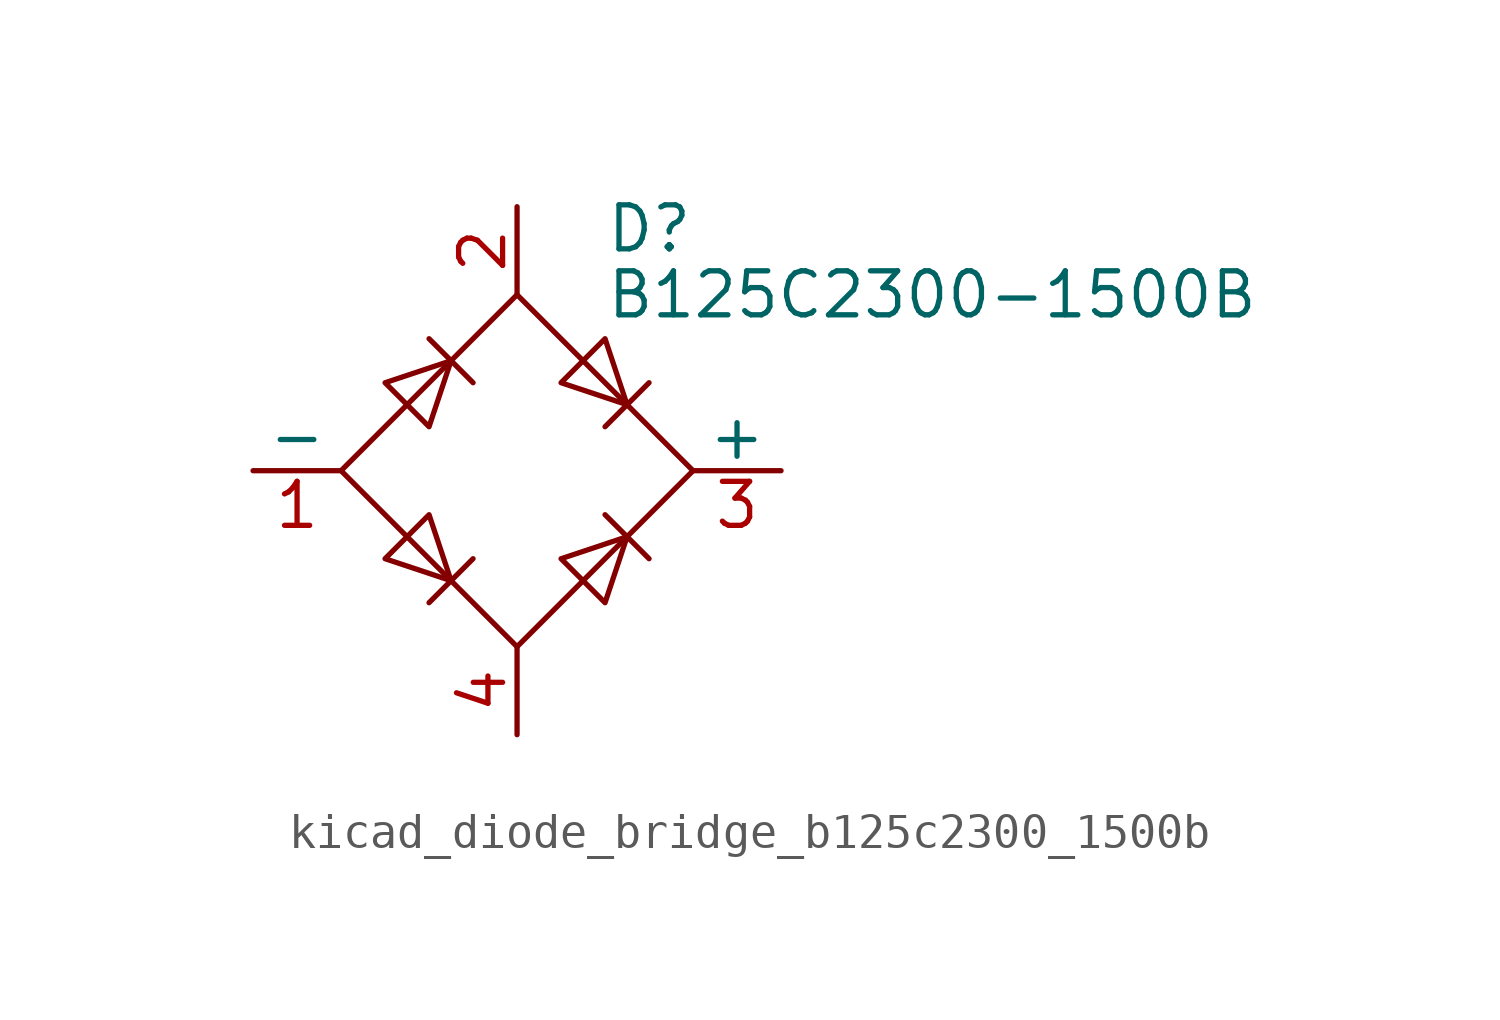
<source format=kicad_sym>
(kicad_symbol_lib
  (version 20220914)
  (generator kicad_symbol_editor)
  (symbol "kicad_diode_bridge_b125c2300_1500b"
    (pin_names
      (offset 0))
    (property "Reference" "D"
      (at 2.54 6.985 0)
      (effects (font (size 1.27 1.27)) (justify left)))
    (property "Value" "B125C2300-1500B"
      (at 2.54 5.08 0)
      (effects (font (size 1.27 1.27)) (justify left)))
    (symbol "kicad_diode_bridge_b125c2300_1500b_0_1"
      (polyline (pts (xy -2.54 3.81) (xy -1.27 2.54)) (stroke (width 0) (type default)) (fill (type none)))
      (polyline (pts (xy -1.27 -2.54) (xy -2.54 -3.81)) (stroke (width 0) (type default)) (fill (type none)))
      (polyline (pts (xy 2.54 -1.27) (xy 3.81 -2.54)) (stroke (width 0) (type default)) (fill (type none)))
      (polyline (pts (xy 2.54 1.27) (xy 3.81 2.54)) (stroke (width 0) (type default)) (fill (type none)))
      (polyline (pts (xy -3.81 2.54) (xy -2.54 1.27) (xy -1.905 3.175) (xy -3.81 2.54)) (stroke (width 0) (type default)) (fill (type none)))
      (polyline (pts (xy -2.54 -1.27) (xy -3.81 -2.54) (xy -1.905 -3.175) (xy -2.54 -1.27)) (stroke (width 0) (type default)) (fill (type none)))
      (polyline (pts (xy 1.27 2.54) (xy 2.54 3.81) (xy 3.175 1.905) (xy 1.27 2.54)) (stroke (width 0) (type default)) (fill (type none)))
      (polyline (pts (xy 3.175 -1.905) (xy 1.27 -2.54) (xy 2.54 -3.81) (xy 3.175 -1.905)) (stroke (width 0) (type default)) (fill (type none)))
      (polyline (pts (xy -5.08 0) (xy 0 -5.08) (xy 5.08 0) (xy 0 5.08) (xy -5.08 0)) (stroke (width 0) (type default)) (fill (type none))))
    (symbol "kicad_diode_bridge_b125c2300_1500b_1_1"
      (pin passive line (at -7.62 0 0) (length 2.54) (name "-" (effects (font (size 1.27 1.27)))) (number "1" (effects (font (size 1.27 1.27)))))
      (pin passive line (at 0 7.62 270) (length 2.54) (name "~" (effects (font (size 1.27 1.27)))) (number "2" (effects (font (size 1.27 1.27)))))
      (pin passive line (at 7.62 0 180) (length 2.54) (name "+" (effects (font (size 1.27 1.27)))) (number "3" (effects (font (size 1.27 1.27)))))
      (pin passive line (at 0 -7.62 90) (length 2.54) (name "~" (effects (font (size 1.27 1.27)))) (number "4" (effects (font (size 1.27 1.27))))))))
</source>
